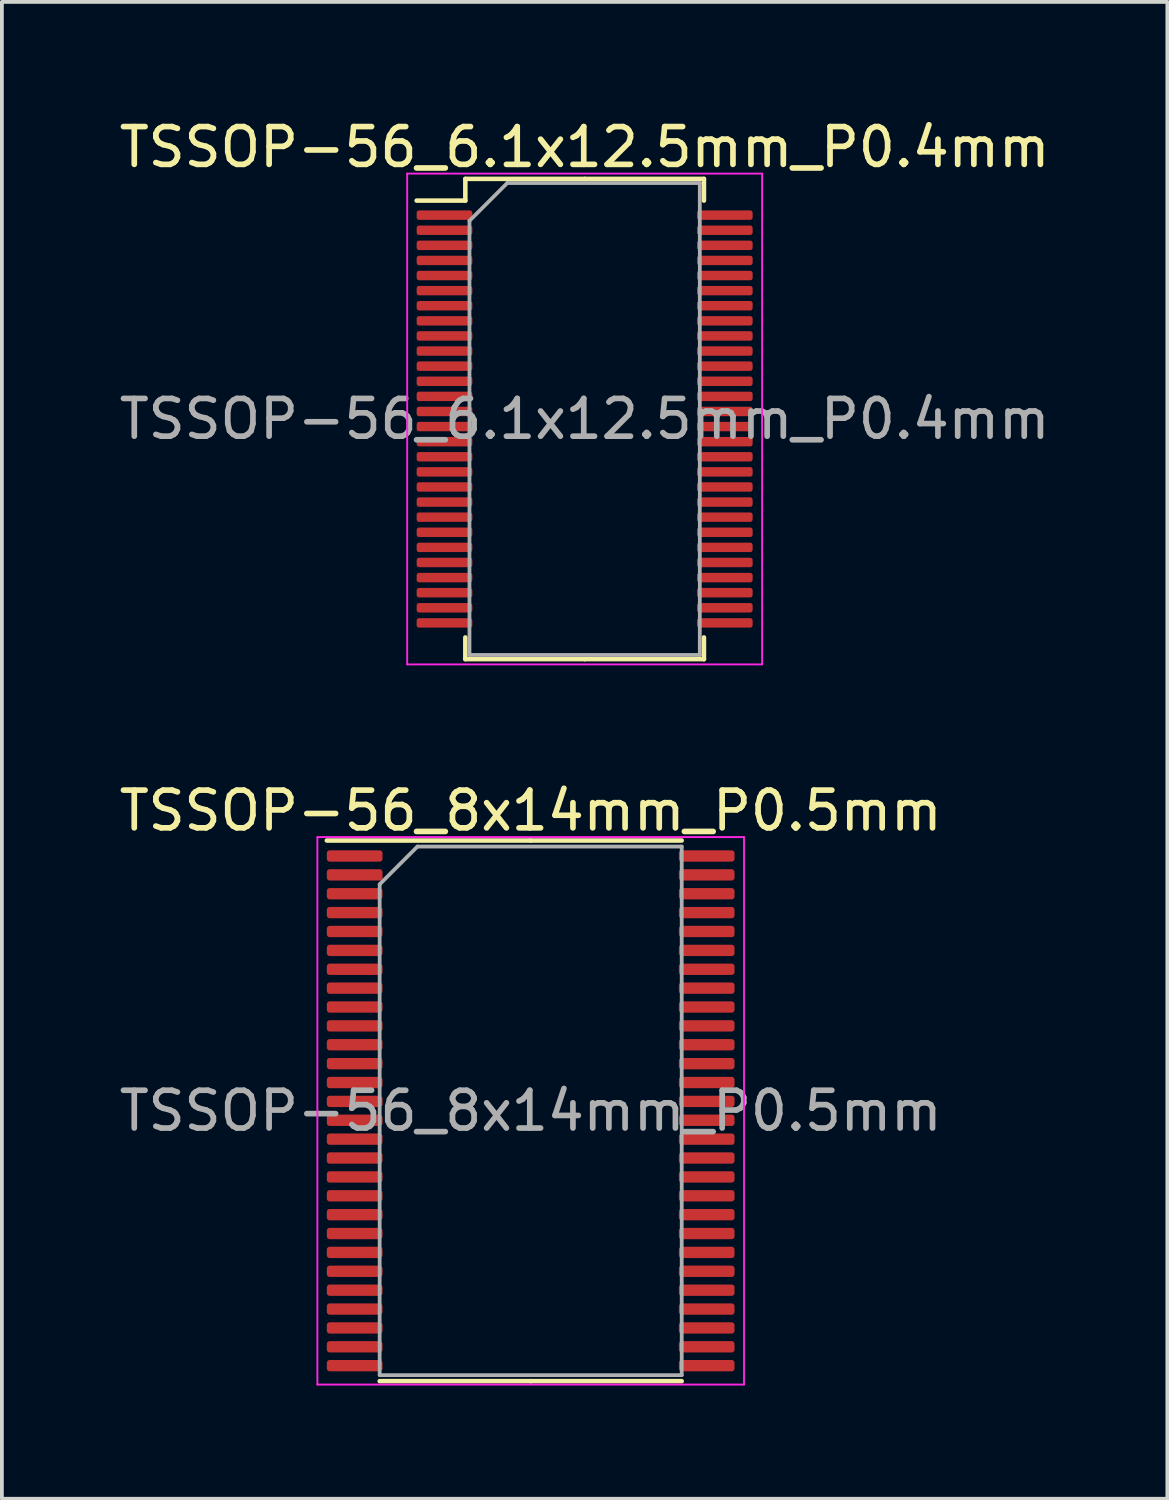
<source format=kicad_pcb>
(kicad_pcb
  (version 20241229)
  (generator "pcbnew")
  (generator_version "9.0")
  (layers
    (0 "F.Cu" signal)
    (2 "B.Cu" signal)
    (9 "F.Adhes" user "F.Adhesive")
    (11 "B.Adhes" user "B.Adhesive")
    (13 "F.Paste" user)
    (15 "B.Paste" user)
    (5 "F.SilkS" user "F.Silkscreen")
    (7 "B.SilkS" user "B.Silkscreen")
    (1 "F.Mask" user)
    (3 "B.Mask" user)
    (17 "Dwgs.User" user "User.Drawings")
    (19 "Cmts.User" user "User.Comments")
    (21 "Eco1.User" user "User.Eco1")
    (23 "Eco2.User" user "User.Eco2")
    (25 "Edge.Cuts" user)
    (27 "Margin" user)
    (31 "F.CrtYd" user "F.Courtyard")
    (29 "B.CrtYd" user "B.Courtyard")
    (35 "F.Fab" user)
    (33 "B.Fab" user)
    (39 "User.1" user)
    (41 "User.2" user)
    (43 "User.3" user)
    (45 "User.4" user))
  (footprint "TSSOP-56_8x14mm_P0.5mm"
    (layer "F.Cu")
    (at 11.006 26.372)
    (property "Reference" "TSSOP-56_8x14mm_P0.5mm" (at 0 -7.95 0) (layer "F.SilkS") (effects (font (size 1 1) (thickness 0.15))))
    (attr smd)
    (fp_line (start 0 -7.16) (end -5.4 -7.16) (stroke (width 0.12) (type solid)) (layer "F.SilkS"))
    (fp_line (start 0 -7.16) (end 4 -7.16) (stroke (width 0.12) (type solid)) (layer "F.SilkS"))
    (fp_line (start 0 7.16) (end -4 7.16) (stroke (width 0.12) (type solid)) (layer "F.SilkS"))
    (fp_line (start 0 7.16) (end 4 7.16) (stroke (width 0.12) (type solid)) (layer "F.SilkS"))
    (fp_line (start -5.65 -7.25) (end -5.65 7.25) (stroke (width 0.05) (type solid)) (layer "F.CrtYd"))
    (fp_line (start -5.65 7.25) (end 5.65 7.25) (stroke (width 0.05) (type solid)) (layer "F.CrtYd"))
    (fp_line (start 5.65 -7.25) (end -5.65 -7.25) (stroke (width 0.05) (type solid)) (layer "F.CrtYd"))
    (fp_line (start 5.65 7.25) (end 5.65 -7.25) (stroke (width 0.05) (type solid)) (layer "F.CrtYd"))
    (fp_line (start -4 -6) (end -3 -7) (stroke (width 0.1) (type solid)) (layer "F.Fab"))
    (fp_line (start -4 7) (end -4 -6) (stroke (width 0.1) (type solid)) (layer "F.Fab"))
    (fp_line (start -3 -7) (end 4 -7) (stroke (width 0.1) (type solid)) (layer "F.Fab"))
    (fp_line (start 4 -7) (end 4 7) (stroke (width 0.1) (type solid)) (layer "F.Fab"))
    (fp_line (start 4 7) (end -4 7) (stroke (width 0.1) (type solid)) (layer "F.Fab"))
    (fp_text user "${REFERENCE}" (at 0 0 0) (layer "F.Fab") (effects (font (size 1 1) (thickness 0.15))))
    (pad "1" smd roundrect (at -4.662 -6.75) (size 1.475 0.3) (layers "F.Cu" "F.Mask" "F.Paste") (roundrect_rratio 0.25))
    (pad "2" smd roundrect (at -4.662 -6.25) (size 1.475 0.3) (layers "F.Cu" "F.Mask" "F.Paste") (roundrect_rratio 0.25))
    (pad "3" smd roundrect (at -4.662 -5.75) (size 1.475 0.3) (layers "F.Cu" "F.Mask" "F.Paste") (roundrect_rratio 0.25))
    (pad "4" smd roundrect (at -4.662 -5.25) (size 1.475 0.3) (layers "F.Cu" "F.Mask" "F.Paste") (roundrect_rratio 0.25))
    (pad "5" smd roundrect (at -4.662 -4.75) (size 1.475 0.3) (layers "F.Cu" "F.Mask" "F.Paste") (roundrect_rratio 0.25))
    (pad "6" smd roundrect (at -4.662 -4.25) (size 1.475 0.3) (layers "F.Cu" "F.Mask" "F.Paste") (roundrect_rratio 0.25))
    (pad "7" smd roundrect (at -4.662 -3.75) (size 1.475 0.3) (layers "F.Cu" "F.Mask" "F.Paste") (roundrect_rratio 0.25))
    (pad "8" smd roundrect (at -4.662 -3.25) (size 1.475 0.3) (layers "F.Cu" "F.Mask" "F.Paste") (roundrect_rratio 0.25))
    (pad "9" smd roundrect (at -4.662 -2.75) (size 1.475 0.3) (layers "F.Cu" "F.Mask" "F.Paste") (roundrect_rratio 0.25))
    (pad "10" smd roundrect (at -4.662 -2.25) (size 1.475 0.3) (layers "F.Cu" "F.Mask" "F.Paste") (roundrect_rratio 0.25))
    (pad "11" smd roundrect (at -4.662 -1.75) (size 1.475 0.3) (layers "F.Cu" "F.Mask" "F.Paste") (roundrect_rratio 0.25))
    (pad "12" smd roundrect (at -4.662 -1.25) (size 1.475 0.3) (layers "F.Cu" "F.Mask" "F.Paste") (roundrect_rratio 0.25))
    (pad "13" smd roundrect (at -4.662 -0.75) (size 1.475 0.3) (layers "F.Cu" "F.Mask" "F.Paste") (roundrect_rratio 0.25))
    (pad "14" smd roundrect (at -4.662 -0.25) (size 1.475 0.3) (layers "F.Cu" "F.Mask" "F.Paste") (roundrect_rratio 0.25))
    (pad "15" smd roundrect (at -4.662 0.25) (size 1.475 0.3) (layers "F.Cu" "F.Mask" "F.Paste") (roundrect_rratio 0.25))
    (pad "16" smd roundrect (at -4.662 0.75) (size 1.475 0.3) (layers "F.Cu" "F.Mask" "F.Paste") (roundrect_rratio 0.25))
    (pad "17" smd roundrect (at -4.662 1.25) (size 1.475 0.3) (layers "F.Cu" "F.Mask" "F.Paste") (roundrect_rratio 0.25))
    (pad "18" smd roundrect (at -4.662 1.75) (size 1.475 0.3) (layers "F.Cu" "F.Mask" "F.Paste") (roundrect_rratio 0.25))
    (pad "19" smd roundrect (at -4.662 2.25) (size 1.475 0.3) (layers "F.Cu" "F.Mask" "F.Paste") (roundrect_rratio 0.25))
    (pad "20" smd roundrect (at -4.662 2.75) (size 1.475 0.3) (layers "F.Cu" "F.Mask" "F.Paste") (roundrect_rratio 0.25))
    (pad "21" smd roundrect (at -4.662 3.25) (size 1.475 0.3) (layers "F.Cu" "F.Mask" "F.Paste") (roundrect_rratio 0.25))
    (pad "22" smd roundrect (at -4.662 3.75) (size 1.475 0.3) (layers "F.Cu" "F.Mask" "F.Paste") (roundrect_rratio 0.25))
    (pad "23" smd roundrect (at -4.662 4.25) (size 1.475 0.3) (layers "F.Cu" "F.Mask" "F.Paste") (roundrect_rratio 0.25))
    (pad "24" smd roundrect (at -4.662 4.75) (size 1.475 0.3) (layers "F.Cu" "F.Mask" "F.Paste") (roundrect_rratio 0.25))
    (pad "25" smd roundrect (at -4.662 5.25) (size 1.475 0.3) (layers "F.Cu" "F.Mask" "F.Paste") (roundrect_rratio 0.25))
    (pad "26" smd roundrect (at -4.662 5.75) (size 1.475 0.3) (layers "F.Cu" "F.Mask" "F.Paste") (roundrect_rratio 0.25))
    (pad "27" smd roundrect (at -4.662 6.25) (size 1.475 0.3) (layers "F.Cu" "F.Mask" "F.Paste") (roundrect_rratio 0.25))
    (pad "28" smd roundrect (at -4.662 6.75) (size 1.475 0.3) (layers "F.Cu" "F.Mask" "F.Paste") (roundrect_rratio 0.25))
    (pad "29" smd roundrect (at 4.662 6.75) (size 1.475 0.3) (layers "F.Cu" "F.Mask" "F.Paste") (roundrect_rratio 0.25))
    (pad "30" smd roundrect (at 4.662 6.25) (size 1.475 0.3) (layers "F.Cu" "F.Mask" "F.Paste") (roundrect_rratio 0.25))
    (pad "31" smd roundrect (at 4.662 5.75) (size 1.475 0.3) (layers "F.Cu" "F.Mask" "F.Paste") (roundrect_rratio 0.25))
    (pad "32" smd roundrect (at 4.662 5.25) (size 1.475 0.3) (layers "F.Cu" "F.Mask" "F.Paste") (roundrect_rratio 0.25))
    (pad "33" smd roundrect (at 4.662 4.75) (size 1.475 0.3) (layers "F.Cu" "F.Mask" "F.Paste") (roundrect_rratio 0.25))
    (pad "34" smd roundrect (at 4.662 4.25) (size 1.475 0.3) (layers "F.Cu" "F.Mask" "F.Paste") (roundrect_rratio 0.25))
    (pad "35" smd roundrect (at 4.662 3.75) (size 1.475 0.3) (layers "F.Cu" "F.Mask" "F.Paste") (roundrect_rratio 0.25))
    (pad "36" smd roundrect (at 4.662 3.25) (size 1.475 0.3) (layers "F.Cu" "F.Mask" "F.Paste") (roundrect_rratio 0.25))
    (pad "37" smd roundrect (at 4.662 2.75) (size 1.475 0.3) (layers "F.Cu" "F.Mask" "F.Paste") (roundrect_rratio 0.25))
    (pad "38" smd roundrect (at 4.662 2.25) (size 1.475 0.3) (layers "F.Cu" "F.Mask" "F.Paste") (roundrect_rratio 0.25))
    (pad "39" smd roundrect (at 4.662 1.75) (size 1.475 0.3) (layers "F.Cu" "F.Mask" "F.Paste") (roundrect_rratio 0.25))
    (pad "40" smd roundrect (at 4.662 1.25) (size 1.475 0.3) (layers "F.Cu" "F.Mask" "F.Paste") (roundrect_rratio 0.25))
    (pad "41" smd roundrect (at 4.662 0.75) (size 1.475 0.3) (layers "F.Cu" "F.Mask" "F.Paste") (roundrect_rratio 0.25))
    (pad "42" smd roundrect (at 4.662 0.25) (size 1.475 0.3) (layers "F.Cu" "F.Mask" "F.Paste") (roundrect_rratio 0.25))
    (pad "43" smd roundrect (at 4.662 -0.25) (size 1.475 0.3) (layers "F.Cu" "F.Mask" "F.Paste") (roundrect_rratio 0.25))
    (pad "44" smd roundrect (at 4.662 -0.75) (size 1.475 0.3) (layers "F.Cu" "F.Mask" "F.Paste") (roundrect_rratio 0.25))
    (pad "45" smd roundrect (at 4.662 -1.25) (size 1.475 0.3) (layers "F.Cu" "F.Mask" "F.Paste") (roundrect_rratio 0.25))
    (pad "46" smd roundrect (at 4.662 -1.75) (size 1.475 0.3) (layers "F.Cu" "F.Mask" "F.Paste") (roundrect_rratio 0.25))
    (pad "47" smd roundrect (at 4.662 -2.25) (size 1.475 0.3) (layers "F.Cu" "F.Mask" "F.Paste") (roundrect_rratio 0.25))
    (pad "48" smd roundrect (at 4.662 -2.75) (size 1.475 0.3) (layers "F.Cu" "F.Mask" "F.Paste") (roundrect_rratio 0.25))
    (pad "49" smd roundrect (at 4.662 -3.25) (size 1.475 0.3) (layers "F.Cu" "F.Mask" "F.Paste") (roundrect_rratio 0.25))
    (pad "50" smd roundrect (at 4.662 -3.75) (size 1.475 0.3) (layers "F.Cu" "F.Mask" "F.Paste") (roundrect_rratio 0.25))
    (pad "51" smd roundrect (at 4.662 -4.25) (size 1.475 0.3) (layers "F.Cu" "F.Mask" "F.Paste") (roundrect_rratio 0.25))
    (pad "52" smd roundrect (at 4.662 -4.75) (size 1.475 0.3) (layers "F.Cu" "F.Mask" "F.Paste") (roundrect_rratio 0.25))
    (pad "53" smd roundrect (at 4.662 -5.25) (size 1.475 0.3) (layers "F.Cu" "F.Mask" "F.Paste") (roundrect_rratio 0.25))
    (pad "54" smd roundrect (at 4.662 -5.75) (size 1.475 0.3) (layers "F.Cu" "F.Mask" "F.Paste") (roundrect_rratio 0.25))
    (pad "55" smd roundrect (at 4.662 -6.25) (size 1.475 0.3) (layers "F.Cu" "F.Mask" "F.Paste") (roundrect_rratio 0.25))
    (pad "56" smd roundrect (at 4.662 -6.75) (size 1.475 0.3) (layers "F.Cu" "F.Mask" "F.Paste") (roundrect_rratio 0.25)))
  (footprint "TSSOP-56_6.1x12.5mm_P0.4mm"
    (layer "F.Cu")
    (at 12.435 8.048)
    (property "Reference" "TSSOP-56_6.1x12.5mm_P0.4mm" (at 0 -7.2 0) (layer "F.SilkS") (effects (font (size 1 1) (thickness 0.15))))
    (attr smd)
    (fp_line (start -3.16 -6.36) (end -3.16 -5.785) (stroke (width 0.12) (type solid)) (layer "F.SilkS"))
    (fp_line (start -3.16 -5.785) (end -4.45 -5.785) (stroke (width 0.12) (type solid)) (layer "F.SilkS"))
    (fp_line (start -3.16 6.36) (end -3.16 5.785) (stroke (width 0.12) (type solid)) (layer "F.SilkS"))
    (fp_line (start 0 -6.36) (end -3.16 -6.36) (stroke (width 0.12) (type solid)) (layer "F.SilkS"))
    (fp_line (start 0 -6.36) (end 3.16 -6.36) (stroke (width 0.12) (type solid)) (layer "F.SilkS"))
    (fp_line (start 0 6.36) (end -3.16 6.36) (stroke (width 0.12) (type solid)) (layer "F.SilkS"))
    (fp_line (start 0 6.36) (end 3.16 6.36) (stroke (width 0.12) (type solid)) (layer "F.SilkS"))
    (fp_line (start 3.16 -6.36) (end 3.16 -5.785) (stroke (width 0.12) (type solid)) (layer "F.SilkS"))
    (fp_line (start 3.16 6.36) (end 3.16 5.785) (stroke (width 0.12) (type solid)) (layer "F.SilkS"))
    (fp_line (start -4.7 -6.5) (end -4.7 6.5) (stroke (width 0.05) (type solid)) (layer "F.CrtYd"))
    (fp_line (start -4.7 6.5) (end 4.7 6.5) (stroke (width 0.05) (type solid)) (layer "F.CrtYd"))
    (fp_line (start 4.7 -6.5) (end -4.7 -6.5) (stroke (width 0.05) (type solid)) (layer "F.CrtYd"))
    (fp_line (start 4.7 6.5) (end 4.7 -6.5) (stroke (width 0.05) (type solid)) (layer "F.CrtYd"))
    (fp_line (start -3.05 -5.25) (end -2.05 -6.25) (stroke (width 0.1) (type solid)) (layer "F.Fab"))
    (fp_line (start -3.05 6.25) (end -3.05 -5.25) (stroke (width 0.1) (type solid)) (layer "F.Fab"))
    (fp_line (start -2.05 -6.25) (end 3.05 -6.25) (stroke (width 0.1) (type solid)) (layer "F.Fab"))
    (fp_line (start 3.05 -6.25) (end 3.05 6.25) (stroke (width 0.1) (type solid)) (layer "F.Fab"))
    (fp_line (start 3.05 6.25) (end -3.05 6.25) (stroke (width 0.1) (type solid)) (layer "F.Fab"))
    (fp_text user "${REFERENCE}" (at 0 0 0) (layer "F.Fab") (effects (font (size 1 1) (thickness 0.15))))
    (pad "1" smd roundrect (at -3.712 -5.4) (size 1.475 0.25) (layers "F.Cu" "F.Mask" "F.Paste") (roundrect_rratio 0.25))
    (pad "2" smd roundrect (at -3.712 -5) (size 1.475 0.25) (layers "F.Cu" "F.Mask" "F.Paste") (roundrect_rratio 0.25))
    (pad "3" smd roundrect (at -3.712 -4.6) (size 1.475 0.25) (layers "F.Cu" "F.Mask" "F.Paste") (roundrect_rratio 0.25))
    (pad "4" smd roundrect (at -3.712 -4.2) (size 1.475 0.25) (layers "F.Cu" "F.Mask" "F.Paste") (roundrect_rratio 0.25))
    (pad "5" smd roundrect (at -3.712 -3.8) (size 1.475 0.25) (layers "F.Cu" "F.Mask" "F.Paste") (roundrect_rratio 0.25))
    (pad "6" smd roundrect (at -3.712 -3.4) (size 1.475 0.25) (layers "F.Cu" "F.Mask" "F.Paste") (roundrect_rratio 0.25))
    (pad "7" smd roundrect (at -3.712 -3) (size 1.475 0.25) (layers "F.Cu" "F.Mask" "F.Paste") (roundrect_rratio 0.25))
    (pad "8" smd roundrect (at -3.712 -2.6) (size 1.475 0.25) (layers "F.Cu" "F.Mask" "F.Paste") (roundrect_rratio 0.25))
    (pad "9" smd roundrect (at -3.712 -2.2) (size 1.475 0.25) (layers "F.Cu" "F.Mask" "F.Paste") (roundrect_rratio 0.25))
    (pad "10" smd roundrect (at -3.712 -1.8) (size 1.475 0.25) (layers "F.Cu" "F.Mask" "F.Paste") (roundrect_rratio 0.25))
    (pad "11" smd roundrect (at -3.712 -1.4) (size 1.475 0.25) (layers "F.Cu" "F.Mask" "F.Paste") (roundrect_rratio 0.25))
    (pad "12" smd roundrect (at -3.712 -1) (size 1.475 0.25) (layers "F.Cu" "F.Mask" "F.Paste") (roundrect_rratio 0.25))
    (pad "13" smd roundrect (at -3.712 -0.6) (size 1.475 0.25) (layers "F.Cu" "F.Mask" "F.Paste") (roundrect_rratio 0.25))
    (pad "14" smd roundrect (at -3.712 -0.2) (size 1.475 0.25) (layers "F.Cu" "F.Mask" "F.Paste") (roundrect_rratio 0.25))
    (pad "15" smd roundrect (at -3.712 0.2) (size 1.475 0.25) (layers "F.Cu" "F.Mask" "F.Paste") (roundrect_rratio 0.25))
    (pad "16" smd roundrect (at -3.712 0.6) (size 1.475 0.25) (layers "F.Cu" "F.Mask" "F.Paste") (roundrect_rratio 0.25))
    (pad "17" smd roundrect (at -3.712 1) (size 1.475 0.25) (layers "F.Cu" "F.Mask" "F.Paste") (roundrect_rratio 0.25))
    (pad "18" smd roundrect (at -3.712 1.4) (size 1.475 0.25) (layers "F.Cu" "F.Mask" "F.Paste") (roundrect_rratio 0.25))
    (pad "19" smd roundrect (at -3.712 1.8) (size 1.475 0.25) (layers "F.Cu" "F.Mask" "F.Paste") (roundrect_rratio 0.25))
    (pad "20" smd roundrect (at -3.712 2.2) (size 1.475 0.25) (layers "F.Cu" "F.Mask" "F.Paste") (roundrect_rratio 0.25))
    (pad "21" smd roundrect (at -3.712 2.6) (size 1.475 0.25) (layers "F.Cu" "F.Mask" "F.Paste") (roundrect_rratio 0.25))
    (pad "22" smd roundrect (at -3.712 3) (size 1.475 0.25) (layers "F.Cu" "F.Mask" "F.Paste") (roundrect_rratio 0.25))
    (pad "23" smd roundrect (at -3.712 3.4) (size 1.475 0.25) (layers "F.Cu" "F.Mask" "F.Paste") (roundrect_rratio 0.25))
    (pad "24" smd roundrect (at -3.712 3.8) (size 1.475 0.25) (layers "F.Cu" "F.Mask" "F.Paste") (roundrect_rratio 0.25))
    (pad "25" smd roundrect (at -3.712 4.2) (size 1.475 0.25) (layers "F.Cu" "F.Mask" "F.Paste") (roundrect_rratio 0.25))
    (pad "26" smd roundrect (at -3.712 4.6) (size 1.475 0.25) (layers "F.Cu" "F.Mask" "F.Paste") (roundrect_rratio 0.25))
    (pad "27" smd roundrect (at -3.712 5) (size 1.475 0.25) (layers "F.Cu" "F.Mask" "F.Paste") (roundrect_rratio 0.25))
    (pad "28" smd roundrect (at -3.712 5.4) (size 1.475 0.25) (layers "F.Cu" "F.Mask" "F.Paste") (roundrect_rratio 0.25))
    (pad "29" smd roundrect (at 3.712 5.4) (size 1.475 0.25) (layers "F.Cu" "F.Mask" "F.Paste") (roundrect_rratio 0.25))
    (pad "30" smd roundrect (at 3.712 5) (size 1.475 0.25) (layers "F.Cu" "F.Mask" "F.Paste") (roundrect_rratio 0.25))
    (pad "31" smd roundrect (at 3.712 4.6) (size 1.475 0.25) (layers "F.Cu" "F.Mask" "F.Paste") (roundrect_rratio 0.25))
    (pad "32" smd roundrect (at 3.712 4.2) (size 1.475 0.25) (layers "F.Cu" "F.Mask" "F.Paste") (roundrect_rratio 0.25))
    (pad "33" smd roundrect (at 3.712 3.8) (size 1.475 0.25) (layers "F.Cu" "F.Mask" "F.Paste") (roundrect_rratio 0.25))
    (pad "34" smd roundrect (at 3.712 3.4) (size 1.475 0.25) (layers "F.Cu" "F.Mask" "F.Paste") (roundrect_rratio 0.25))
    (pad "35" smd roundrect (at 3.712 3) (size 1.475 0.25) (layers "F.Cu" "F.Mask" "F.Paste") (roundrect_rratio 0.25))
    (pad "36" smd roundrect (at 3.712 2.6) (size 1.475 0.25) (layers "F.Cu" "F.Mask" "F.Paste") (roundrect_rratio 0.25))
    (pad "37" smd roundrect (at 3.712 2.2) (size 1.475 0.25) (layers "F.Cu" "F.Mask" "F.Paste") (roundrect_rratio 0.25))
    (pad "38" smd roundrect (at 3.712 1.8) (size 1.475 0.25) (layers "F.Cu" "F.Mask" "F.Paste") (roundrect_rratio 0.25))
    (pad "39" smd roundrect (at 3.712 1.4) (size 1.475 0.25) (layers "F.Cu" "F.Mask" "F.Paste") (roundrect_rratio 0.25))
    (pad "40" smd roundrect (at 3.712 1) (size 1.475 0.25) (layers "F.Cu" "F.Mask" "F.Paste") (roundrect_rratio 0.25))
    (pad "41" smd roundrect (at 3.712 0.6) (size 1.475 0.25) (layers "F.Cu" "F.Mask" "F.Paste") (roundrect_rratio 0.25))
    (pad "42" smd roundrect (at 3.712 0.2) (size 1.475 0.25) (layers "F.Cu" "F.Mask" "F.Paste") (roundrect_rratio 0.25))
    (pad "43" smd roundrect (at 3.712 -0.2) (size 1.475 0.25) (layers "F.Cu" "F.Mask" "F.Paste") (roundrect_rratio 0.25))
    (pad "44" smd roundrect (at 3.712 -0.6) (size 1.475 0.25) (layers "F.Cu" "F.Mask" "F.Paste") (roundrect_rratio 0.25))
    (pad "45" smd roundrect (at 3.712 -1) (size 1.475 0.25) (layers "F.Cu" "F.Mask" "F.Paste") (roundrect_rratio 0.25))
    (pad "46" smd roundrect (at 3.712 -1.4) (size 1.475 0.25) (layers "F.Cu" "F.Mask" "F.Paste") (roundrect_rratio 0.25))
    (pad "47" smd roundrect (at 3.712 -1.8) (size 1.475 0.25) (layers "F.Cu" "F.Mask" "F.Paste") (roundrect_rratio 0.25))
    (pad "48" smd roundrect (at 3.712 -2.2) (size 1.475 0.25) (layers "F.Cu" "F.Mask" "F.Paste") (roundrect_rratio 0.25))
    (pad "49" smd roundrect (at 3.712 -2.6) (size 1.475 0.25) (layers "F.Cu" "F.Mask" "F.Paste") (roundrect_rratio 0.25))
    (pad "50" smd roundrect (at 3.712 -3) (size 1.475 0.25) (layers "F.Cu" "F.Mask" "F.Paste") (roundrect_rratio 0.25))
    (pad "51" smd roundrect (at 3.712 -3.4) (size 1.475 0.25) (layers "F.Cu" "F.Mask" "F.Paste") (roundrect_rratio 0.25))
    (pad "52" smd roundrect (at 3.712 -3.8) (size 1.475 0.25) (layers "F.Cu" "F.Mask" "F.Paste") (roundrect_rratio 0.25))
    (pad "53" smd roundrect (at 3.712 -4.2) (size 1.475 0.25) (layers "F.Cu" "F.Mask" "F.Paste") (roundrect_rratio 0.25))
    (pad "54" smd roundrect (at 3.712 -4.6) (size 1.475 0.25) (layers "F.Cu" "F.Mask" "F.Paste") (roundrect_rratio 0.25))
    (pad "55" smd roundrect (at 3.712 -5) (size 1.475 0.25) (layers "F.Cu" "F.Mask" "F.Paste") (roundrect_rratio 0.25))
    (pad "56" smd roundrect (at 3.712 -5.4) (size 1.475 0.25) (layers "F.Cu" "F.Mask" "F.Paste") (roundrect_rratio 0.25)))
  (gr_rect
    (start -3 -3)
    (end 27.869 36.647)
    (stroke (width 0.1) (type default))
    (fill no)
    (layer "Edge.Cuts")))
</source>
